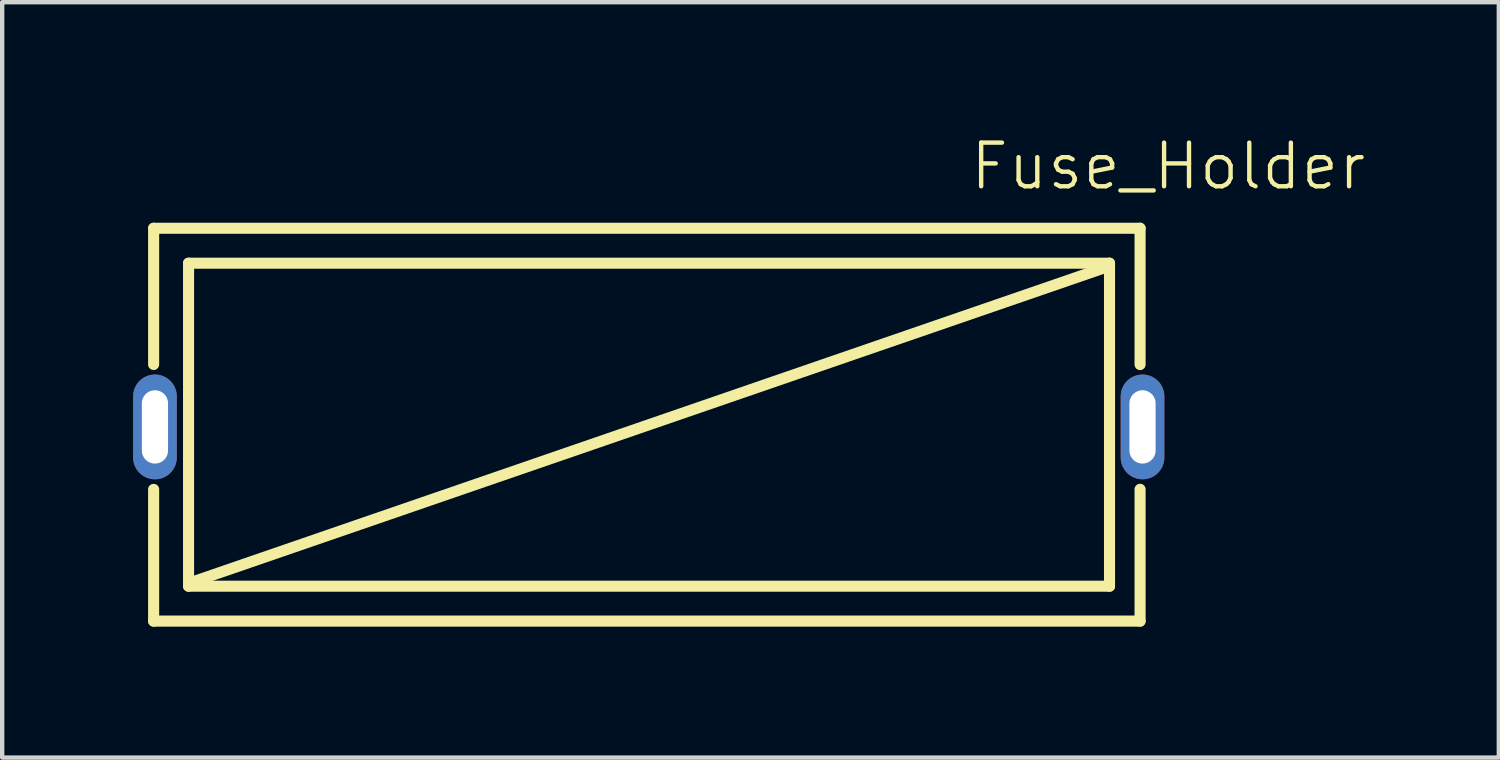
<source format=kicad_pcb>
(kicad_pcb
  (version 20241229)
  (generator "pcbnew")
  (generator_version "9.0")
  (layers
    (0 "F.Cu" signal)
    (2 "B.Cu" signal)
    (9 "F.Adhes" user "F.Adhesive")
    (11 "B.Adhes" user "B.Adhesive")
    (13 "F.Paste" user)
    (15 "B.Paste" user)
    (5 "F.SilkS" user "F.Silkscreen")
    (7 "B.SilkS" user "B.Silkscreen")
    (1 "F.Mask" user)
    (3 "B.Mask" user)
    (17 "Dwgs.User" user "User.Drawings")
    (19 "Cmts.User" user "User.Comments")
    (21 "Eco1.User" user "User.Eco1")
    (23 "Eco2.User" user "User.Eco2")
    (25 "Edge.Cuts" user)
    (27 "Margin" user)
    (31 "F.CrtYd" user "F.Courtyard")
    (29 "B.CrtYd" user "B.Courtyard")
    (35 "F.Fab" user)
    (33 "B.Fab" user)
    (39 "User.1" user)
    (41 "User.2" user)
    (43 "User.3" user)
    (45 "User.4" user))
  (footprint "Fuse_Holder"
    (layer "F.Cu")
    (at 3.69 6.71)
    (property "Reference" "Fuse_Holder" (at 20.025 -5.95 0) (unlocked yes) (layer "F.SilkS") (effects (font (size 1 1) (thickness 0.1))))
    (attr through_hole)
    (fp_line (start -3.22 -4.53) (end -3.22 -1.41) (stroke (width 0.254) (type solid)) (layer "F.SilkS"))
    (fp_line (start -3.22 -4.53) (end 19.38 -4.53) (stroke (width 0.254) (type solid)) (layer "F.SilkS"))
    (fp_line (start -3.22 1.452) (end -3.22 4.47) (stroke (width 0.254) (type solid)) (layer "F.SilkS"))
    (fp_line (start -2.42 -3.73) (end 18.68 -3.73) (stroke (width 0.254) (type solid)) (layer "F.SilkS"))
    (fp_line (start -2.42 3.67) (end -2.42 -3.73) (stroke (width 0.254) (type solid)) (layer "F.SilkS"))
    (fp_line (start 18.58 -3.63) (end -2.32 3.57) (stroke (width 0.254) (type solid)) (layer "F.SilkS"))
    (fp_line (start 18.68 -3.73) (end 18.68 3.67) (stroke (width 0.254) (type solid)) (layer "F.SilkS"))
    (fp_line (start 18.68 3.67) (end -2.42 3.67) (stroke (width 0.254) (type solid)) (layer "F.SilkS"))
    (fp_line (start 19.38 -1.408) (end 19.38 -4.53) (stroke (width 0.254) (type solid)) (layer "F.SilkS"))
    (fp_line (start 19.38 4.47) (end -3.22 4.47) (stroke (width 0.254) (type solid)) (layer "F.SilkS"))
    (fp_line (start 19.38 4.47) (end 19.38 1.45) (stroke (width 0.254) (type solid)) (layer "F.SilkS"))
    (pad "1" thru_hole oval (at -3.19 0.021) (size 1 2.4) (drill oval 0.6 1.68) (layers "*.Cu" "*.Paste" "*.Mask"))
    (pad "2" thru_hole oval (at 19.436 0.021) (size 1 2.4) (drill oval 0.6 1.68) (layers "*.Cu" "*.Paste" "*.Mask")))
  (gr_rect
    (start -3 -3)
    (end 31.289 14.307)
    (stroke (width 0.1) (type default))
    (fill no)
    (layer "Edge.Cuts")))
</source>
